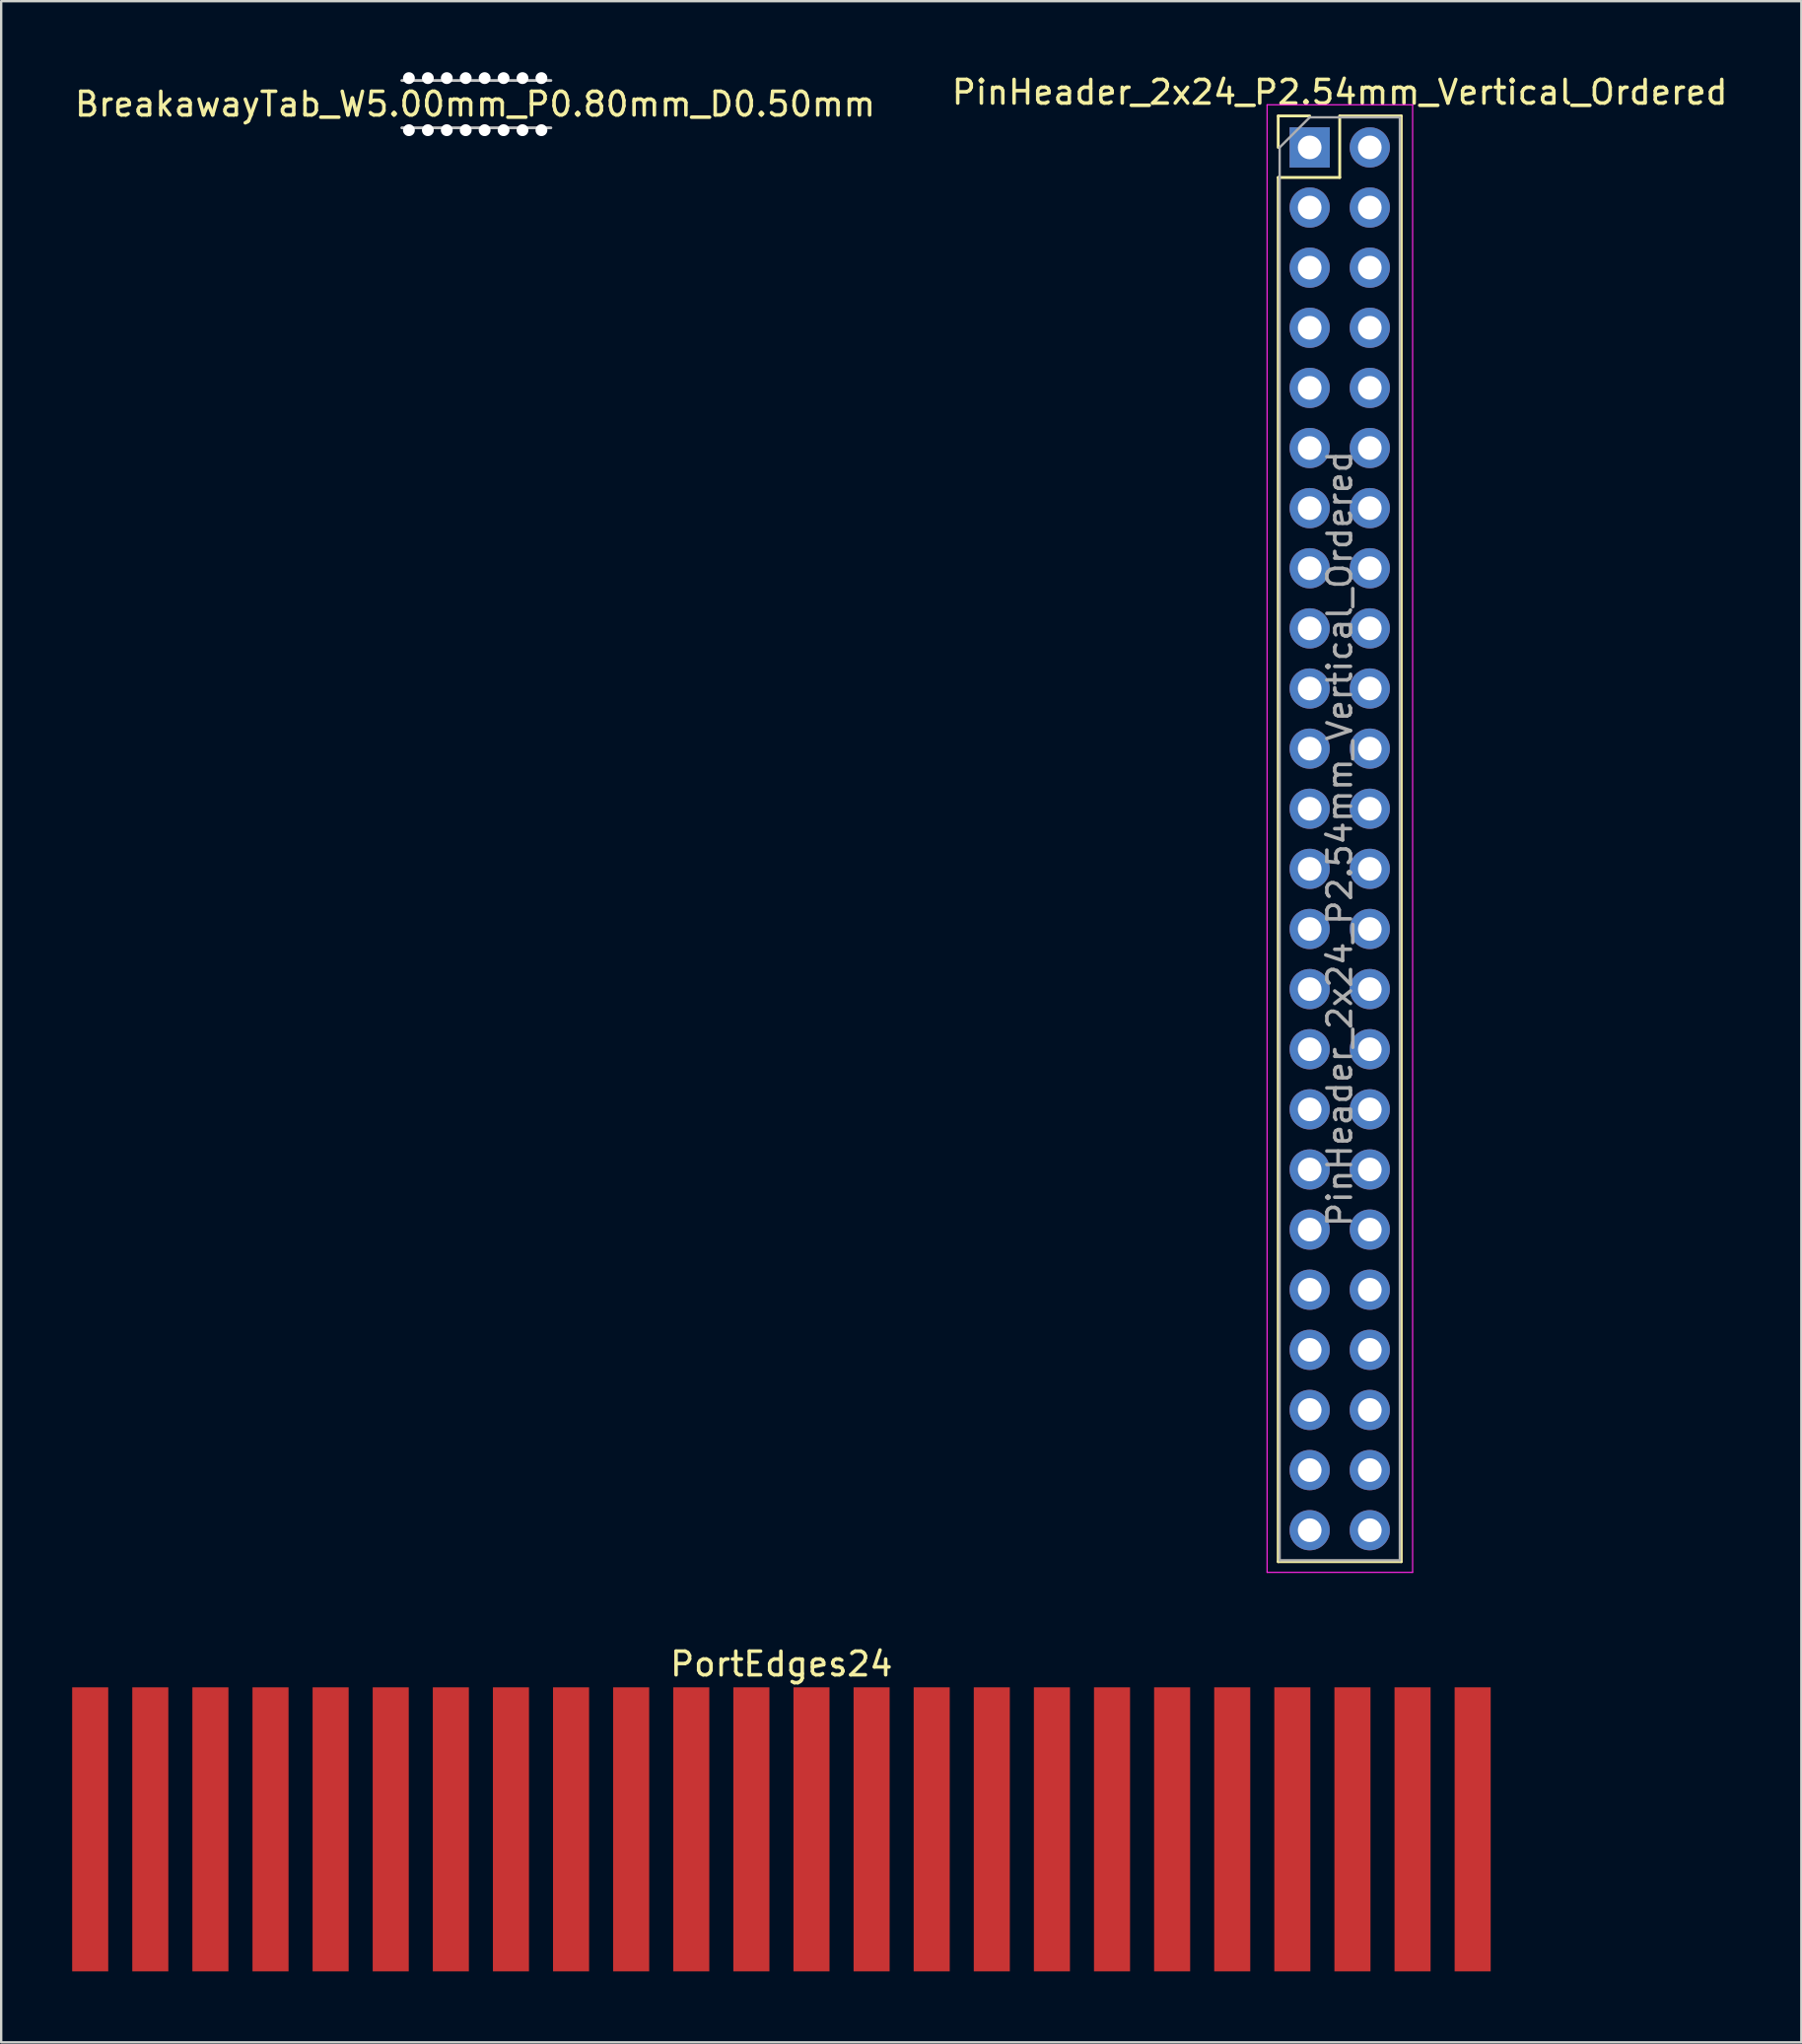
<source format=kicad_pcb>
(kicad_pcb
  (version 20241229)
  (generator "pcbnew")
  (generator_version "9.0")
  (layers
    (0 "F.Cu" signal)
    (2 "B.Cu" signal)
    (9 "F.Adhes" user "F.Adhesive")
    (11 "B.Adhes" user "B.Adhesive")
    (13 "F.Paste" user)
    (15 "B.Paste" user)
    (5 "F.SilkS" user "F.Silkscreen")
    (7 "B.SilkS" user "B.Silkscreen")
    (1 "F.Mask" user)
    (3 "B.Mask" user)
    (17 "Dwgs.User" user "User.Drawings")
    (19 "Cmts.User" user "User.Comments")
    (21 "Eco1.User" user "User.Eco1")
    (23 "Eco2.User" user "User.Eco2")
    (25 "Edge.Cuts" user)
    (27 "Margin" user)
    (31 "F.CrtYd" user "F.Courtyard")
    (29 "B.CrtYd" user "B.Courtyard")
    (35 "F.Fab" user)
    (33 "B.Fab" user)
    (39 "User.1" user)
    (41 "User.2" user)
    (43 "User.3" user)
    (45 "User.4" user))
  (footprint "PortEdges24"
    (layer "F.Cu")
    (at 29.972 74.237)
    (property "Reference" "PortEdges24" (at 0 -6.985 0) (layer "F.SilkS") (effects (font (size 1 1) (thickness 0.15))))
    (attr through_hole)
    (pad "1" smd rect (at -29.21 0) (size 1.524 12) (layers "F.Cu" "F.Mask" "F.Paste"))
    (pad "2" smd rect (at -26.67 0) (size 1.524 12) (layers "F.Cu" "F.Mask" "F.Paste"))
    (pad "3" smd rect (at -24.13 0) (size 1.524 12) (layers "F.Cu" "F.Mask" "F.Paste"))
    (pad "4" smd rect (at -21.59 0) (size 1.524 12) (layers "F.Cu" "F.Mask" "F.Paste"))
    (pad "5" smd rect (at -19.05 0) (size 1.524 12) (layers "F.Cu" "F.Mask" "F.Paste"))
    (pad "6" smd rect (at -16.51 0) (size 1.524 12) (layers "F.Cu" "F.Mask" "F.Paste"))
    (pad "7" smd rect (at -13.97 0) (size 1.524 12) (layers "F.Cu" "F.Mask" "F.Paste"))
    (pad "8" smd rect (at -11.43 0) (size 1.524 12) (layers "F.Cu" "F.Mask" "F.Paste"))
    (pad "9" smd rect (at -8.89 0) (size 1.524 12) (layers "F.Cu" "F.Mask" "F.Paste"))
    (pad "10" smd rect (at -6.35 0) (size 1.524 12) (layers "F.Cu" "F.Mask" "F.Paste"))
    (pad "11" smd rect (at -3.81 0) (size 1.524 12) (layers "F.Cu" "F.Mask" "F.Paste"))
    (pad "12" smd rect (at -1.27 0) (size 1.524 12) (layers "F.Cu" "F.Mask" "F.Paste"))
    (pad "13" smd rect (at 1.27 0) (size 1.524 12) (layers "F.Cu" "F.Mask" "F.Paste"))
    (pad "14" smd rect (at 3.81 0) (size 1.524 12) (layers "F.Cu" "F.Mask" "F.Paste"))
    (pad "15" smd rect (at 6.35 0) (size 1.524 12) (layers "F.Cu" "F.Mask" "F.Paste"))
    (pad "16" smd rect (at 8.89 0) (size 1.524 12) (layers "F.Cu" "F.Mask" "F.Paste"))
    (pad "17" smd rect (at 11.43 0) (size 1.524 12) (layers "F.Cu" "F.Mask" "F.Paste"))
    (pad "18" smd rect (at 13.97 0) (size 1.524 12) (layers "F.Cu" "F.Mask" "F.Paste"))
    (pad "19" smd rect (at 16.51 0) (size 1.524 12) (layers "F.Cu" "F.Mask" "F.Paste"))
    (pad "20" smd rect (at 19.05 0) (size 1.524 12) (layers "F.Cu" "F.Mask" "F.Paste"))
    (pad "21" smd rect (at 21.59 0) (size 1.524 12) (layers "F.Cu" "F.Mask" "F.Paste"))
    (pad "22" smd rect (at 24.13 0) (size 1.524 12) (layers "F.Cu" "F.Mask" "F.Paste"))
    (pad "23" smd rect (at 26.67 0) (size 1.524 12) (layers "F.Cu" "F.Mask" "F.Paste"))
    (pad "24" smd rect (at 29.21 0) (size 1.524 12) (layers "F.Cu" "F.Mask" "F.Paste")))
  (footprint "PinHeader_2x24_P2.54mm_Vertical_Ordered"
    (layer "F.Cu")
    (at 52.295 3.178)
    (property "Reference" "PinHeader_2x24_P2.54mm_Vertical_Ordered" (at 1.27 -2.33 0) (layer "F.SilkS") (effects (font (size 1 1) (thickness 0.15))))
    (attr through_hole)
    (fp_line (start -1.33 -1.33) (end 0 -1.33) (stroke (width 0.12) (type solid)) (layer "F.SilkS"))
    (fp_line (start -1.33 0) (end -1.33 -1.33) (stroke (width 0.12) (type solid)) (layer "F.SilkS"))
    (fp_line (start -1.33 1.27) (end -1.33 59.75) (stroke (width 0.12) (type solid)) (layer "F.SilkS"))
    (fp_line (start -1.33 1.27) (end 1.27 1.27) (stroke (width 0.12) (type solid)) (layer "F.SilkS"))
    (fp_line (start -1.33 59.75) (end 3.87 59.75) (stroke (width 0.12) (type solid)) (layer "F.SilkS"))
    (fp_line (start 1.27 -1.33) (end 3.87 -1.33) (stroke (width 0.12) (type solid)) (layer "F.SilkS"))
    (fp_line (start 1.27 1.27) (end 1.27 -1.33) (stroke (width 0.12) (type solid)) (layer "F.SilkS"))
    (fp_line (start 3.87 -1.33) (end 3.87 59.75) (stroke (width 0.12) (type solid)) (layer "F.SilkS"))
    (fp_line (start -1.8 -1.8) (end -1.8 60.2) (stroke (width 0.05) (type solid)) (layer "F.CrtYd"))
    (fp_line (start -1.8 60.2) (end 4.35 60.2) (stroke (width 0.05) (type solid)) (layer "F.CrtYd"))
    (fp_line (start 4.35 -1.8) (end -1.8 -1.8) (stroke (width 0.05) (type solid)) (layer "F.CrtYd"))
    (fp_line (start 4.35 60.2) (end 4.35 -1.8) (stroke (width 0.05) (type solid)) (layer "F.CrtYd"))
    (fp_line (start -1.27 0) (end 0 -1.27) (stroke (width 0.1) (type solid)) (layer "F.Fab"))
    (fp_line (start -1.27 59.69) (end -1.27 0) (stroke (width 0.1) (type solid)) (layer "F.Fab"))
    (fp_line (start 0 -1.27) (end 3.81 -1.27) (stroke (width 0.1) (type solid)) (layer "F.Fab"))
    (fp_line (start 3.81 -1.27) (end 3.81 59.69) (stroke (width 0.1) (type solid)) (layer "F.Fab"))
    (fp_line (start 3.81 59.69) (end -1.27 59.69) (stroke (width 0.1) (type solid)) (layer "F.Fab"))
    (fp_text user "${REFERENCE}" (at 1.27 29.21 90) (layer "F.Fab") (effects (font (size 1 1) (thickness 0.15))))
    (pad "1" thru_hole rect (at 0 0) (size 1.7 1.7) (drill 1) (layers "*.Cu" "*.Mask"))
    (pad "2" thru_hole oval (at 0 2.54) (size 1.7 1.7) (drill 1) (layers "*.Cu" "*.Mask"))
    (pad "3" thru_hole oval (at 0 5.08) (size 1.7 1.7) (drill 1) (layers "*.Cu" "*.Mask"))
    (pad "4" thru_hole oval (at 0 7.62) (size 1.7 1.7) (drill 1) (layers "*.Cu" "*.Mask"))
    (pad "5" thru_hole oval (at 0 10.16) (size 1.7 1.7) (drill 1) (layers "*.Cu" "*.Mask"))
    (pad "6" thru_hole oval (at 0 12.7) (size 1.7 1.7) (drill 1) (layers "*.Cu" "*.Mask"))
    (pad "7" thru_hole oval (at 0 15.24) (size 1.7 1.7) (drill 1) (layers "*.Cu" "*.Mask"))
    (pad "8" thru_hole oval (at 0 17.78) (size 1.7 1.7) (drill 1) (layers "*.Cu" "*.Mask"))
    (pad "9" thru_hole oval (at 0 20.32) (size 1.7 1.7) (drill 1) (layers "*.Cu" "*.Mask"))
    (pad "10" thru_hole oval (at 0 22.86) (size 1.7 1.7) (drill 1) (layers "*.Cu" "*.Mask"))
    (pad "11" thru_hole oval (at 0 25.4) (size 1.7 1.7) (drill 1) (layers "*.Cu" "*.Mask"))
    (pad "12" thru_hole oval (at 0 27.94) (size 1.7 1.7) (drill 1) (layers "*.Cu" "*.Mask"))
    (pad "13" thru_hole oval (at 0 30.48) (size 1.7 1.7) (drill 1) (layers "*.Cu" "*.Mask"))
    (pad "14" thru_hole oval (at 0 33.02) (size 1.7 1.7) (drill 1) (layers "*.Cu" "*.Mask"))
    (pad "15" thru_hole oval (at 0 35.56) (size 1.7 1.7) (drill 1) (layers "*.Cu" "*.Mask"))
    (pad "16" thru_hole oval (at 0 38.1) (size 1.7 1.7) (drill 1) (layers "*.Cu" "*.Mask"))
    (pad "17" thru_hole oval (at 0 40.64) (size 1.7 1.7) (drill 1) (layers "*.Cu" "*.Mask"))
    (pad "18" thru_hole oval (at 0 43.18) (size 1.7 1.7) (drill 1) (layers "*.Cu" "*.Mask"))
    (pad "19" thru_hole oval (at 0 45.72) (size 1.7 1.7) (drill 1) (layers "*.Cu" "*.Mask"))
    (pad "20" thru_hole oval (at 0 48.26) (size 1.7 1.7) (drill 1) (layers "*.Cu" "*.Mask"))
    (pad "21" thru_hole oval (at 0 50.8) (size 1.7 1.7) (drill 1) (layers "*.Cu" "*.Mask"))
    (pad "22" thru_hole oval (at 0 53.34) (size 1.7 1.7) (drill 1) (layers "*.Cu" "*.Mask"))
    (pad "23" thru_hole oval (at 0 55.88) (size 1.7 1.7) (drill 1) (layers "*.Cu" "*.Mask"))
    (pad "24" thru_hole oval (at 0 58.42) (size 1.7 1.7) (drill 1) (layers "*.Cu" "*.Mask"))
    (pad "25" thru_hole oval (at 2.54 58.42) (size 1.7 1.7) (drill 1) (layers "*.Cu" "*.Mask"))
    (pad "26" thru_hole oval (at 2.54 55.88) (size 1.7 1.7) (drill 1) (layers "*.Cu" "*.Mask"))
    (pad "27" thru_hole oval (at 2.54 53.34) (size 1.7 1.7) (drill 1) (layers "*.Cu" "*.Mask"))
    (pad "28" thru_hole oval (at 2.54 50.8) (size 1.7 1.7) (drill 1) (layers "*.Cu" "*.Mask"))
    (pad "29" thru_hole oval (at 2.54 48.26) (size 1.7 1.7) (drill 1) (layers "*.Cu" "*.Mask"))
    (pad "30" thru_hole oval (at 2.54 45.72) (size 1.7 1.7) (drill 1) (layers "*.Cu" "*.Mask"))
    (pad "31" thru_hole oval (at 2.54 43.18) (size 1.7 1.7) (drill 1) (layers "*.Cu" "*.Mask"))
    (pad "32" thru_hole oval (at 2.54 40.64) (size 1.7 1.7) (drill 1) (layers "*.Cu" "*.Mask"))
    (pad "33" thru_hole oval (at 2.54 38.1) (size 1.7 1.7) (drill 1) (layers "*.Cu" "*.Mask"))
    (pad "34" thru_hole oval (at 2.54 35.56) (size 1.7 1.7) (drill 1) (layers "*.Cu" "*.Mask"))
    (pad "35" thru_hole oval (at 2.54 33.02) (size 1.7 1.7) (drill 1) (layers "*.Cu" "*.Mask"))
    (pad "36" thru_hole oval (at 2.54 30.48) (size 1.7 1.7) (drill 1) (layers "*.Cu" "*.Mask"))
    (pad "37" thru_hole oval (at 2.54 27.94) (size 1.7 1.7) (drill 1) (layers "*.Cu" "*.Mask"))
    (pad "38" thru_hole oval (at 2.54 25.4) (size 1.7 1.7) (drill 1) (layers "*.Cu" "*.Mask"))
    (pad "39" thru_hole oval (at 2.54 22.86) (size 1.7 1.7) (drill 1) (layers "*.Cu" "*.Mask"))
    (pad "40" thru_hole oval (at 2.54 20.32) (size 1.7 1.7) (drill 1) (layers "*.Cu" "*.Mask"))
    (pad "41" thru_hole oval (at 2.54 17.78) (size 1.7 1.7) (drill 1) (layers "*.Cu" "*.Mask"))
    (pad "42" thru_hole oval (at 2.54 15.24) (size 1.7 1.7) (drill 1) (layers "*.Cu" "*.Mask"))
    (pad "43" thru_hole oval (at 2.54 12.7) (size 1.7 1.7) (drill 1) (layers "*.Cu" "*.Mask"))
    (pad "44" thru_hole oval (at 2.54 10.16) (size 1.7 1.7) (drill 1) (layers "*.Cu" "*.Mask"))
    (pad "45" thru_hole oval (at 2.54 7.62) (size 1.7 1.7) (drill 1) (layers "*.Cu" "*.Mask"))
    (pad "46" thru_hole oval (at 2.54 5.08) (size 1.7 1.7) (drill 1) (layers "*.Cu" "*.Mask"))
    (pad "47" thru_hole oval (at 2.54 2.54) (size 1.7 1.7) (drill 1) (layers "*.Cu" "*.Mask"))
    (pad "48" thru_hole oval (at 2.54 0) (size 1.7 1.7) (drill 1) (layers "*.Cu" "*.Mask")))
  (footprint "BreakawayTab_W5.00mm_P0.80mm_D0.50mm"
    (layer "F.Cu")
    (at 14.23 0.25)
    (property "Reference" "BreakawayTab_W5.00mm_P0.80mm_D0.50mm" (at 2.8 1.1 0) (layer "F.SilkS") (effects (font (size 1 1) (thickness 0.15))))
    (attr through_hole)
    (fp_line (start -0.3 2.1) (end 6 2.1) (stroke (width 0.12) (type solid)) (layer "Dwgs.User"))
    (fp_line (start 6 0.1) (end -0.3 0.1) (stroke (width 0.12) (type solid)) (layer "Dwgs.User"))
    (pad "" np_thru_hole circle (at 0 0) (size 0.5 0.5) (drill 0.5) (layers "*.Cu" "*.Mask"))
    (pad "" np_thru_hole circle (at 0 2.2) (size 0.5 0.5) (drill 0.5) (layers "*.Cu" "*.Mask"))
    (pad "" np_thru_hole circle (at 0.8 0) (size 0.5 0.5) (drill 0.5) (layers "*.Cu" "*.Mask"))
    (pad "" np_thru_hole circle (at 0.8 2.2) (size 0.5 0.5) (drill 0.5) (layers "*.Cu" "*.Mask"))
    (pad "" np_thru_hole circle (at 1.6 0) (size 0.5 0.5) (drill 0.5) (layers "*.Cu" "*.Mask"))
    (pad "" np_thru_hole circle (at 1.6 2.2) (size 0.5 0.5) (drill 0.5) (layers "*.Cu" "*.Mask"))
    (pad "" np_thru_hole circle (at 2.4 0) (size 0.5 0.5) (drill 0.5) (layers "*.Cu" "*.Mask"))
    (pad "" np_thru_hole circle (at 2.4 2.2) (size 0.5 0.5) (drill 0.5) (layers "*.Cu" "*.Mask"))
    (pad "" np_thru_hole circle (at 3.2 0) (size 0.5 0.5) (drill 0.5) (layers "*.Cu" "*.Mask"))
    (pad "" np_thru_hole circle (at 3.2 2.2) (size 0.5 0.5) (drill 0.5) (layers "*.Cu" "*.Mask"))
    (pad "" np_thru_hole circle (at 4 0) (size 0.5 0.5) (drill 0.5) (layers "*.Cu" "*.Mask"))
    (pad "" np_thru_hole circle (at 4 2.2) (size 0.5 0.5) (drill 0.5) (layers "*.Cu" "*.Mask"))
    (pad "" np_thru_hole circle (at 4.8 0) (size 0.5 0.5) (drill 0.5) (layers "*.Cu" "*.Mask"))
    (pad "" np_thru_hole circle (at 4.8 2.2) (size 0.5 0.5) (drill 0.5) (layers "*.Cu" "*.Mask"))
    (pad "" np_thru_hole circle (at 5.6 0) (size 0.5 0.5) (drill 0.5) (layers "*.Cu" "*.Mask"))
    (pad "" np_thru_hole circle (at 5.6 2.2) (size 0.5 0.5) (drill 0.5) (layers "*.Cu" "*.Mask")))
  (gr_rect
    (start -3 -3)
    (end 73.071 83.237)
    (stroke (width 0.1) (type default))
    (fill no)
    (layer "Edge.Cuts")))
</source>
